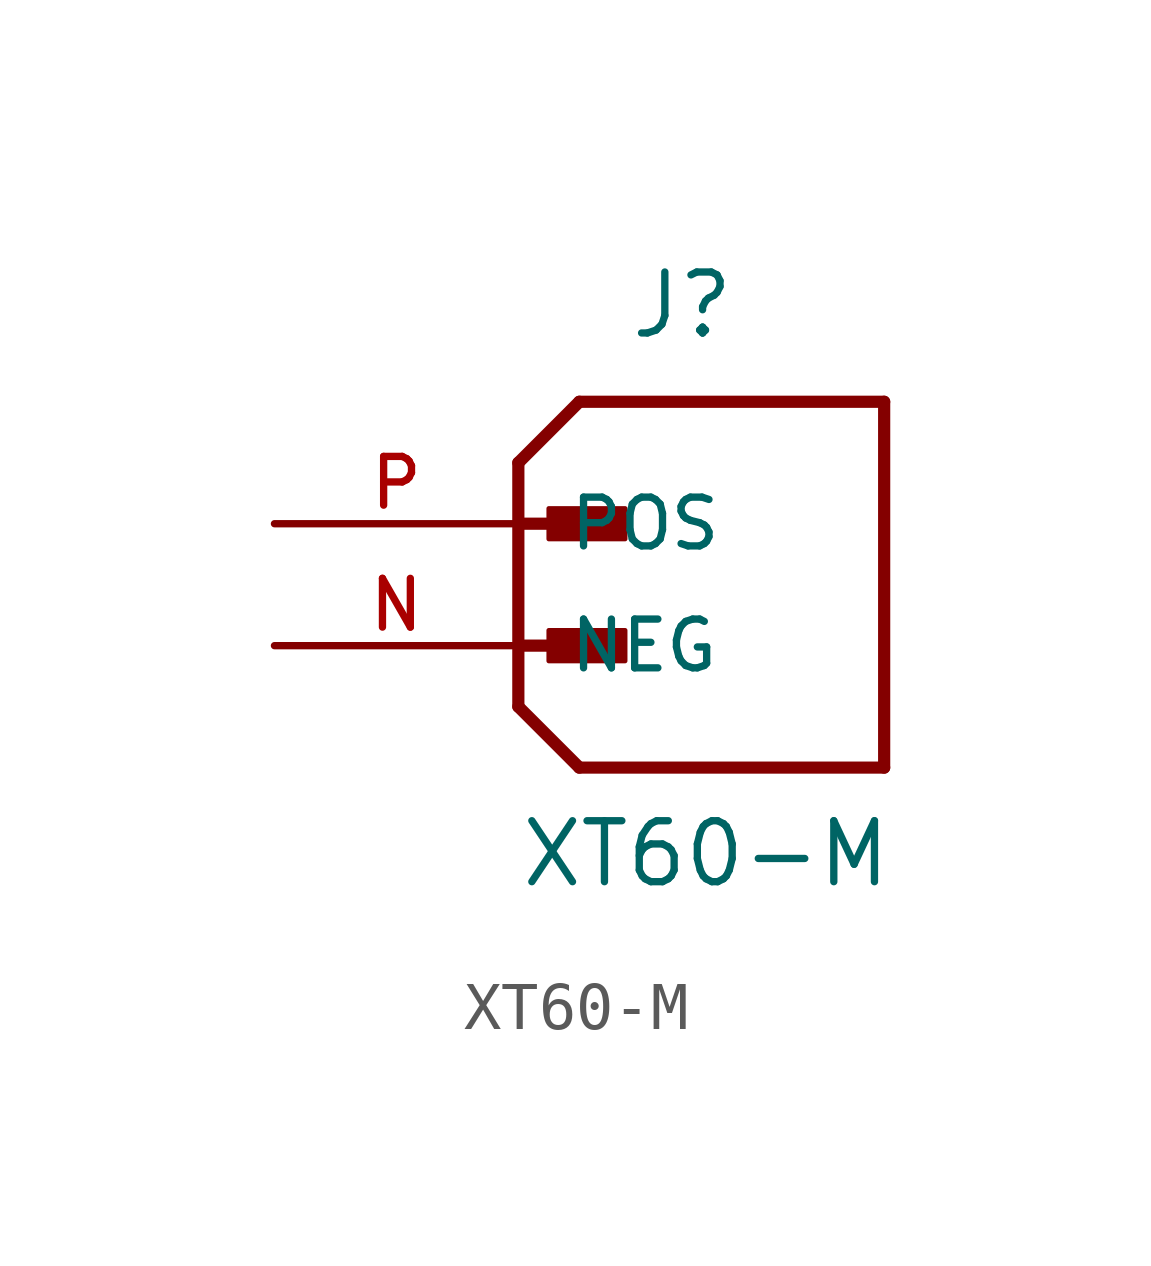
<source format=kicad_sym>
(kicad_symbol_lib
  (version 20231120)
  (generator "kicad_symbol_editor")
  (generator_version "8.0")
  (symbol "XT60-M"
    (pin_names
      (offset 1.016))
    (property "Reference" "J"
      (at 2.286 6.35 0)
      (effects (font (size 1.27 1.27)) (justify left bottom)))
    (property "Value" "XT60-M"
      (at 0 -5.08 0)
      (effects (font (size 1.27 1.27)) (justify left bottom)))
    (symbol "XT60-M_0_0"
      (polyline (pts (xy 0 -1.27) (xy 1.27 -2.54)) (stroke (width 0.254) (type default)) (fill (type none)))
      (polyline (pts (xy 0 0) (xy 1.905 0)) (stroke (width 0.254) (type default)) (fill (type none)))
      (polyline (pts (xy 0 2.54) (xy 0 -1.27)) (stroke (width 0.254) (type default)) (fill (type none)))
      (polyline (pts (xy 0 2.54) (xy 1.905 2.54)) (stroke (width 0.254) (type default)) (fill (type none)))
      (polyline (pts (xy 0 3.81) (xy 0 2.54)) (stroke (width 0.254) (type default)) (fill (type none)))
      (polyline (pts (xy 0 3.81) (xy 1.27 5.08)) (stroke (width 0.254) (type default)) (fill (type none)))
      (polyline (pts (xy 1.27 -2.54) (xy 7.62 -2.54)) (stroke (width 0.254) (type default)) (fill (type none)))
      (polyline (pts (xy 7.62 -2.54) (xy 7.62 5.08)) (stroke (width 0.254) (type default)) (fill (type none)))
      (polyline (pts (xy 7.62 5.08) (xy 1.27 5.08)) (stroke (width 0.254) (type default)) (fill (type none)))
      (rectangle (start 0.635 -0.318) (end 2.223 0.318) (stroke (width 0.1) (type default)) (fill (type outline)))
      (rectangle (start 0.635 2.223) (end 2.223 2.857) (stroke (width 0.1) (type default)) (fill (type outline)))
      (pin passive line (at -5.08 2.54 0) (length 5.08) (name "POS" (effects (font (size 1.016 1.016)))) (number "P" (effects (font (size 1.016 1.016))))))
    (symbol "XT60-M_1_0"
      (pin passive line (at -5.08 0 0) (length 5.08) (name "NEG" (effects (font (size 1.016 1.016)))) (number "N" (effects (font (size 1.016 1.016))))))))
</source>
